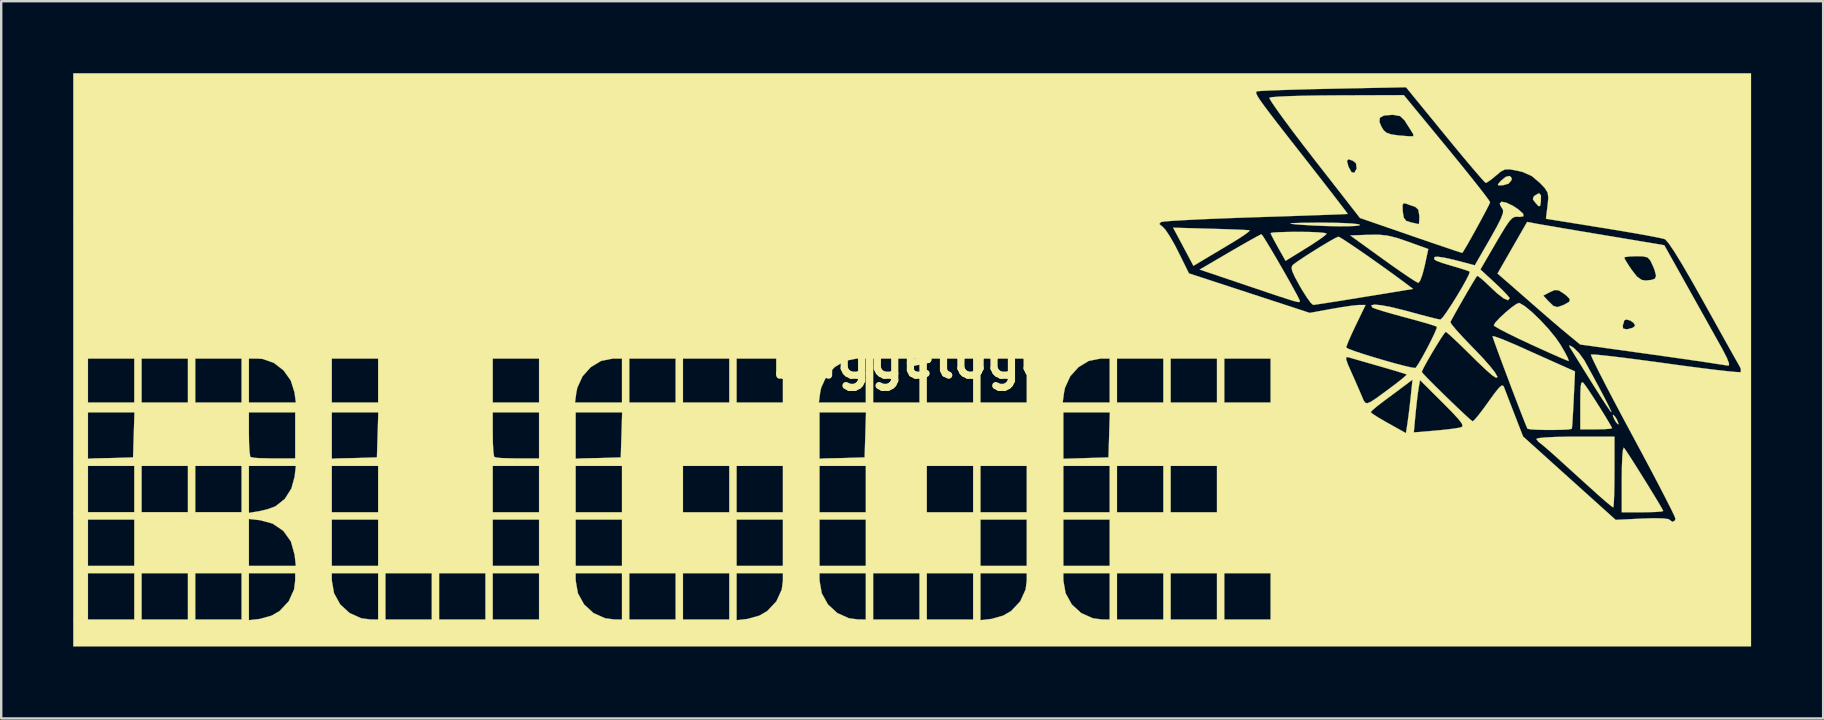
<source format=kicad_pcb>
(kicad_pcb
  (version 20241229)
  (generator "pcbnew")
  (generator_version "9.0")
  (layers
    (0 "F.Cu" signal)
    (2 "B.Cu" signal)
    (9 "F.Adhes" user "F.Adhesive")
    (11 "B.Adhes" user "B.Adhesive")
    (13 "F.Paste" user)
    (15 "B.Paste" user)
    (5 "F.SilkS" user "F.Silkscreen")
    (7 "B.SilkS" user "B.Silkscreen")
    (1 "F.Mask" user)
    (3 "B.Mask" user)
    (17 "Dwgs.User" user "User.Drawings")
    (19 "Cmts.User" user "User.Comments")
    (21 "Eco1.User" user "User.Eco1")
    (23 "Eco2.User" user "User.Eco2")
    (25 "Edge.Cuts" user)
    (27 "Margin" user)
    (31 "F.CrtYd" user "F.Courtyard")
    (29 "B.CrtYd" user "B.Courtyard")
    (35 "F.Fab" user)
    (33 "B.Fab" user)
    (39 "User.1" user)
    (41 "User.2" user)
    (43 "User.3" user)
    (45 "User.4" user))
  (footprint "buggelogo"
    (layer "F.Cu")
    (at 34.955 11.892)
    (property "Reference" "buggelogo" (at 0 0 0) (layer "F.SilkS") (effects (font (size 1.524 1.524) (thickness 0.3))))
    (attr through_hole)
    (fp_poly (pts (xy 29.284 2.415) (xy 29.362 2.54) (xy 29.428 2.697) (xy 29.42 2.743) (xy 29.339 2.665) (xy 29.261 2.54) (xy 29.195 2.383) (xy 29.203 2.337) (xy 29.284 2.415)) (stroke (width 0.01) (type solid)) (fill yes) (layer "F.SilkS"))
    (fp_poly (pts (xy 24.978 -7.525) (xy 24.975 -7.442) (xy 24.849 -7.29) (xy 24.639 -7.23) (xy 24.433 -7.214) (xy 24.406 -7.261) (xy 24.528 -7.408) (xy 24.73 -7.572) (xy 24.896 -7.613) (xy 24.978 -7.525)) (stroke (width 0.01) (type solid)) (fill yes) (layer "F.SilkS"))
    (fp_poly (pts (xy 26.199 -6.797) (xy 26.195 -6.55) (xy 26.163 -6.361) (xy 26.099 -6.354) (xy 25.982 -6.476) (xy 25.863 -6.635) (xy 25.889 -6.742) (xy 25.959 -6.807) (xy 26.123 -6.892) (xy 26.199 -6.797)) (stroke (width 0.01) (type solid)) (fill yes) (layer "F.SilkS"))
    (fp_poly (pts (xy 12.422 -5.412) (xy 12.966 -5.396) (xy 13.439 -5.379) (xy 13.803 -5.364) (xy 14.021 -5.351) (xy 14.064 -5.346) (xy 14.022 -5.288) (xy 13.837 -5.151) (xy 13.538 -4.957) (xy 13.251 -4.782) (xy 12.833 -4.532) (xy 12.447 -4.302) (xy 12.147 -4.123) (xy 12.032 -4.054) (xy 11.72 -3.867) (xy 11.297 -4.661) (xy 10.874 -5.455) (xy 12.422 -5.412)) (stroke (width 0.01) (type solid)) (fill yes) (layer "F.SilkS"))
    (fp_poly (pts (xy 16.563 -5.277) (xy 16.938 -5.26) (xy 17.187 -5.235) (xy 17.271 -5.207) (xy 17.19 -5.125) (xy 16.971 -4.965) (xy 16.653 -4.753) (xy 16.414 -4.603) (xy 15.558 -4.075) (xy 15.247 -4.627) (xy 15.084 -4.923) (xy 14.971 -5.143) (xy 14.935 -5.231) (xy 15.03 -5.251) (xy 15.288 -5.268) (xy 15.669 -5.279) (xy 16.104 -5.283) (xy 16.563 -5.277)) (stroke (width 0.01) (type solid)) (fill yes) (layer "F.SilkS"))
    (fp_poly (pts (xy 19.813 -5.124) (xy 20.199 -5.028) (xy 20.642 -4.878) (xy 21.504 -4.566) (xy 21.352 -3.858) (xy 21.263 -3.512) (xy 21.172 -3.261) (xy 21.096 -3.157) (xy 21.09 -3.156) (xy 20.975 -3.215) (xy 20.725 -3.375) (xy 20.372 -3.614) (xy 19.944 -3.914) (xy 19.618 -4.147) (xy 18.255 -5.131) (xy 19.017 -5.16) (xy 19.448 -5.163) (xy 19.813 -5.124)) (stroke (width 0.01) (type solid)) (fill yes) (layer "F.SilkS"))
    (fp_poly (pts (xy 27.974 1.02) (xy 28.078 1.159) (xy 28.25 1.414) (xy 28.462 1.74) (xy 28.686 2.093) (xy 28.893 2.428) (xy 29.057 2.702) (xy 29.149 2.87) (xy 29.159 2.899) (xy 29.067 2.923) (xy 28.824 2.94) (xy 28.499 2.946) (xy 27.838 2.946) (xy 27.838 1.909) (xy 27.842 1.442) (xy 27.856 1.151) (xy 27.885 1.008) (xy 27.932 0.984) (xy 27.974 1.02)) (stroke (width 0.01) (type solid)) (fill yes) (layer "F.SilkS"))
    (fp_poly (pts (xy 17.425 -5.663) (xy 17.925 -5.65) (xy 18.323 -5.629) (xy 18.58 -5.601) (xy 18.644 -5.585) (xy 18.638 -5.551) (xy 18.463 -5.528) (xy 18.152 -5.516) (xy 17.739 -5.515) (xy 17.257 -5.525) (xy 16.74 -5.545) (xy 16.222 -5.577) (xy 16.002 -5.594) (xy 15.791 -5.617) (xy 15.762 -5.634) (xy 15.919 -5.648) (xy 16.268 -5.658) (xy 16.814 -5.664) (xy 16.866 -5.665) (xy 17.425 -5.663)) (stroke (width 0.01) (type solid)) (fill yes) (layer "F.SilkS"))
    (fp_poly (pts (xy 29.655 3.713) (xy 29.742 3.833) (xy 29.906 4.083) (xy 30.124 4.425) (xy 30.374 4.823) (xy 30.633 5.238) (xy 30.877 5.636) (xy 31.083 5.977) (xy 31.229 6.226) (xy 31.292 6.345) (xy 31.293 6.349) (xy 31.199 6.373) (xy 30.949 6.39) (xy 30.588 6.4) (xy 30.429 6.401) (xy 29.566 6.401) (xy 29.566 5.009) (xy 29.572 4.479) (xy 29.589 4.069) (xy 29.615 3.803) (xy 29.648 3.709) (xy 29.655 3.713)) (stroke (width 0.01) (type solid)) (fill yes) (layer "F.SilkS"))
    (fp_poly (pts (xy 27.519 -0.48) (xy 27.564 -0.447) (xy 27.79 -0.224) (xy 28 0.065) (xy 28.021 0.102) (xy 28.347 0.696) (xy 28.633 1.227) (xy 28.866 1.67) (xy 29.033 2) (xy 29.122 2.194) (xy 29.132 2.235) (xy 29.066 2.154) (xy 28.913 1.929) (xy 28.693 1.592) (xy 28.426 1.171) (xy 28.286 0.948) (xy 27.996 0.484) (xy 27.741 0.073) (xy 27.541 -0.25) (xy 27.417 -0.45) (xy 27.393 -0.489) (xy 27.384 -0.555) (xy 27.519 -0.48)) (stroke (width 0.01) (type solid)) (fill yes) (layer "F.SilkS"))
    (fp_poly (pts (xy 14.617 -5.099) (xy 14.758 -4.875) (xy 14.956 -4.547) (xy 15.189 -4.151) (xy 15.436 -3.723) (xy 15.676 -3.302) (xy 15.887 -2.922) (xy 16.05 -2.622) (xy 16.141 -2.437) (xy 16.154 -2.398) (xy 16.149 -2.369) (xy 16.118 -2.356) (xy 16.036 -2.366) (xy 15.882 -2.406) (xy 15.631 -2.484) (xy 15.261 -2.605) (xy 14.747 -2.777) (xy 14.066 -3.007) (xy 13.991 -3.032) (xy 11.98 -3.711) (xy 13.239 -4.447) (xy 13.691 -4.709) (xy 14.079 -4.929) (xy 14.37 -5.091) (xy 14.532 -5.174) (xy 14.552 -5.182) (xy 14.617 -5.099)) (stroke (width 0.01) (type solid)) (fill yes) (layer "F.SilkS"))
    (fp_poly (pts (xy 25.523 -2.188) (xy 25.831 -1.932) (xy 26.179 -1.597) (xy 26.524 -1.223) (xy 26.826 -0.851) (xy 27.009 -0.584) (xy 27.194 -0.266) (xy 27.317 -0.026) (xy 27.358 0.093) (xy 27.352 0.099) (xy 27.24 0.058) (xy 26.976 -0.054) (xy 26.592 -0.224) (xy 26.12 -0.437) (xy 25.756 -0.603) (xy 25.247 -0.842) (xy 24.811 -1.056) (xy 24.477 -1.23) (xy 24.277 -1.348) (xy 24.232 -1.389) (xy 24.303 -1.509) (xy 24.484 -1.702) (xy 24.724 -1.924) (xy 24.973 -2.131) (xy 25.18 -2.278) (xy 25.294 -2.321) (xy 25.523 -2.188)) (stroke (width 0.01) (type solid)) (fill yes) (layer "F.SilkS"))
    (fp_poly (pts (xy 29.261 4.724) (xy 29.258 5.245) (xy 29.249 5.685) (xy 29.235 6.009) (xy 29.219 6.18) (xy 29.211 6.198) (xy 29.117 6.135) (xy 28.914 5.968) (xy 28.64 5.73) (xy 28.576 5.673) (xy 28.252 5.381) (xy 27.838 5.007) (xy 27.395 4.605) (xy 27.09 4.327) (xy 26.732 4.004) (xy 26.426 3.736) (xy 26.204 3.549) (xy 26.099 3.471) (xy 26.011 3.358) (xy 26.01 3.344) (xy 26.106 3.312) (xy 26.374 3.285) (xy 26.783 3.264) (xy 27.301 3.253) (xy 27.635 3.251) (xy 29.261 3.251) (xy 29.261 4.724)) (stroke (width 0.01) (type solid)) (fill yes) (layer "F.SilkS"))
    (fp_poly (pts (xy 17.868 -5.024) (xy 18.11 -4.869) (xy 18.455 -4.638) (xy 18.872 -4.351) (xy 19.33 -4.029) (xy 19.798 -3.695) (xy 20.247 -3.369) (xy 20.519 -3.168) (xy 20.869 -2.904) (xy 18.842 -2.573) (xy 18.221 -2.472) (xy 17.666 -2.383) (xy 17.209 -2.311) (xy 16.882 -2.262) (xy 16.718 -2.239) (xy 16.708 -2.238) (xy 16.613 -2.32) (xy 16.451 -2.539) (xy 16.25 -2.857) (xy 16.162 -3.007) (xy 15.951 -3.391) (xy 15.837 -3.641) (xy 15.807 -3.795) (xy 15.849 -3.891) (xy 15.863 -3.904) (xy 16.025 -4.027) (xy 16.298 -4.212) (xy 16.636 -4.43) (xy 16.995 -4.653) (xy 17.33 -4.854) (xy 17.595 -5.005) (xy 17.746 -5.077) (xy 17.759 -5.08) (xy 17.868 -5.024)) (stroke (width 0.01) (type solid)) (fill yes) (layer "F.SilkS"))
    (fp_poly (pts (xy 24.267 -0.923) (xy 24.503 -0.84) (xy 24.853 -0.698) (xy 25.282 -0.512) (xy 25.324 -0.493) (xy 25.833 -0.264) (xy 26.337 -0.038) (xy 26.773 0.157) (xy 27.042 0.277) (xy 27.617 0.534) (xy 27.562 1.715) (xy 27.538 2.18) (xy 27.516 2.564) (xy 27.497 2.825) (xy 27.485 2.922) (xy 27.371 2.947) (xy 27.112 2.963) (xy 26.765 2.971) (xy 26.388 2.971) (xy 26.036 2.963) (xy 25.768 2.946) (xy 25.64 2.922) (xy 25.637 2.919) (xy 25.583 2.796) (xy 25.473 2.521) (xy 25.32 2.13) (xy 25.139 1.658) (xy 24.942 1.141) (xy 24.744 0.614) (xy 24.556 0.113) (xy 24.393 -0.328) (xy 24.268 -0.672) (xy 24.195 -0.884) (xy 24.181 -0.934) (xy 24.267 -0.923)) (stroke (width 0.01) (type solid)) (fill yes) (layer "F.SilkS"))
    (fp_poly (pts (xy 22.282 -8.796) (xy 22.75 -8.224) (xy 23.173 -7.701) (xy 23.534 -7.248) (xy 23.816 -6.887) (xy 24.003 -6.636) (xy 24.078 -6.519) (xy 24.079 -6.515) (xy 24.033 -6.408) (xy 23.91 -6.167) (xy 23.735 -5.838) (xy 23.531 -5.464) (xy 23.324 -5.089) (xy 23.136 -4.757) (xy 22.991 -4.512) (xy 22.922 -4.405) (xy 22.827 -4.433) (xy 22.568 -4.517) (xy 22.172 -4.651) (xy 21.666 -4.823) (xy 21.078 -5.024) (xy 20.784 -5.126) (xy 18.657 -5.861) (xy 18.244 -6.391) (xy 20.431 -6.391) (xy 20.439 -6.148) (xy 20.44 -6.135) (xy 20.482 -5.871) (xy 20.585 -5.739) (xy 20.777 -5.677) (xy 20.999 -5.628) (xy 21.107 -5.6) (xy 21.107 -5.6) (xy 21.124 -5.681) (xy 21.133 -5.894) (xy 21.133 -5.932) (xy 21.09 -6.208) (xy 20.955 -6.327) (xy 20.702 -6.411) (xy 20.592 -6.454) (xy 20.475 -6.478) (xy 20.431 -6.391) (xy 18.244 -6.391) (xy 16.805 -8.236) (xy 18.116 -8.236) (xy 18.175 -8.005) (xy 18.181 -7.99) (xy 18.304 -7.771) (xy 18.422 -7.743) (xy 18.516 -7.909) (xy 18.521 -7.926) (xy 18.492 -8.139) (xy 18.372 -8.239) (xy 18.179 -8.31) (xy 18.116 -8.236) (xy 16.805 -8.236) (xy 16.741 -8.318) (xy 16.267 -8.931) (xy 15.84 -9.494) (xy 15.571 -9.856) (xy 19.471 -9.856) (xy 19.548 -9.672) (xy 19.644 -9.514) (xy 19.766 -9.41) (xy 19.959 -9.343) (xy 20.267 -9.299) (xy 20.713 -9.263) (xy 20.877 -9.265) (xy 20.883 -9.343) (xy 20.804 -9.474) (xy 20.628 -9.75) (xy 20.514 -9.931) (xy 20.33 -10.106) (xy 20.034 -10.158) (xy 20.016 -10.158) (xy 19.661 -10.13) (xy 19.485 -10.035) (xy 19.471 -9.856) (xy 15.571 -9.856) (xy 15.473 -9.987) (xy 15.183 -10.39) (xy 14.983 -10.682) (xy 14.888 -10.844) (xy 14.883 -10.868) (xy 14.996 -10.894) (xy 15.288 -10.917) (xy 15.734 -10.937) (xy 16.307 -10.953) (xy 16.984 -10.964) (xy 17.713 -10.969) (xy 20.485 -10.978) (xy 22.282 -8.796)) (stroke (width 0.01) (type solid)) (fill yes) (layer "F.SilkS"))
    (fp_poly (pts (xy 25.994 -5.625) (xy 26.196 -5.589) (xy 26.567 -5.525) (xy 27.072 -5.439) (xy 27.681 -5.336) (xy 28.359 -5.222) (xy 28.851 -5.14) (xy 31.338 -4.724) (xy 32.36 -2.896) (xy 32.699 -2.29) (xy 33.031 -1.697) (xy 33.333 -1.155) (xy 33.584 -0.707) (xy 33.759 -0.393) (xy 33.765 -0.381) (xy 33.945 -0.032) (xy 34.034 0.2) (xy 34.024 0.292) (xy 34.016 0.292) (xy 33.847 0.269) (xy 33.553 0.224) (xy 33.325 0.188) (xy 33.066 0.148) (xy 32.641 0.086) (xy 32.088 0.006) (xy 31.441 -0.086) (xy 30.738 -0.185) (xy 30.3 -0.246) (xy 27.835 -0.588) (xy 27.356 -0.98) (xy 27.074 -1.215) (xy 26.88 -1.38) (xy 29.606 -1.38) (xy 29.622 -1.249) (xy 29.786 -1.221) (xy 30.017 -1.282) (xy 30.123 -1.367) (xy 30.064 -1.485) (xy 29.923 -1.586) (xy 29.761 -1.631) (xy 29.669 -1.597) (xy 29.667 -1.583) (xy 29.636 -1.464) (xy 29.606 -1.38) (xy 26.88 -1.38) (xy 26.697 -1.535) (xy 26.282 -1.894) (xy 26.007 -2.134) (xy 25.613 -2.479) (xy 25.445 -2.625) (xy 26.295 -2.625) (xy 26.525 -2.379) (xy 26.719 -2.195) (xy 26.877 -2.147) (xy 27.095 -2.216) (xy 27.173 -2.252) (xy 27.374 -2.364) (xy 27.406 -2.472) (xy 27.267 -2.62) (xy 27.147 -2.712) (xy 26.936 -2.847) (xy 26.771 -2.858) (xy 26.579 -2.774) (xy 26.295 -2.625) (xy 25.445 -2.625) (xy 25.234 -2.81) (xy 24.921 -3.083) (xy 24.763 -3.22) (xy 24.389 -3.545) (xy 24.77 -4.209) (xy 29.667 -4.209) (xy 29.72 -4.1) (xy 29.856 -3.881) (xy 29.977 -3.701) (xy 30.201 -3.416) (xy 30.396 -3.28) (xy 30.561 -3.253) (xy 30.808 -3.28) (xy 30.948 -3.329) (xy 30.995 -3.451) (xy 30.93 -3.702) (xy 30.876 -3.835) (xy 30.757 -4.091) (xy 30.637 -4.218) (xy 30.445 -4.262) (xy 30.179 -4.267) (xy 29.888 -4.257) (xy 29.703 -4.23) (xy 29.667 -4.209) (xy 24.77 -4.209) (xy 25.623 -5.695) (xy 25.994 -5.625)) (stroke (width 0.01) (type solid)) (fill yes) (layer "F.SilkS"))
    (fp_poly (pts (xy 34.95 11.989) (xy -34.95 11.989) (xy -34.95 8.941) (xy -34.341 8.941) (xy -34.341 10.871) (xy -32.41 10.871) (xy -32.41 8.941) (xy -32.106 8.941) (xy -32.106 10.871) (xy -30.175 10.871) (xy -30.175 8.941) (xy -29.87 8.941) (xy -29.87 10.871) (xy -27.94 10.871) (xy -27.94 8.941) (xy -27.635 8.941) (xy -27.635 10.898) (xy -27.179 10.846) (xy -26.683 10.706) (xy -26.355 10.515) (xy -25.976 10.111) (xy -25.753 9.619) (xy -25.705 9.249) (xy -25.705 8.941) (xy -24.181 8.941) (xy -24.181 9.239) (xy -24.087 9.776) (xy -23.829 10.242) (xy -23.439 10.6) (xy -22.953 10.818) (xy -22.581 10.867) (xy -22.25 10.871) (xy -22.25 8.941) (xy -21.946 8.941) (xy -21.946 10.871) (xy -20.015 10.871) (xy -20.015 8.941) (xy -19.71 8.941) (xy -19.71 10.871) (xy -17.78 10.871) (xy -17.78 8.941) (xy -17.475 8.941) (xy -17.475 10.871) (xy -15.545 10.871) (xy -15.545 8.941) (xy -14.021 8.941) (xy -14.021 9.239) (xy -13.927 9.776) (xy -13.669 10.242) (xy -13.279 10.6) (xy -12.793 10.818) (xy -12.421 10.867) (xy -12.09 10.871) (xy -12.09 8.941) (xy -11.786 8.941) (xy -11.786 10.871) (xy -9.855 10.871) (xy -9.855 8.941) (xy -9.55 8.941) (xy -9.55 10.871) (xy -7.62 10.871) (xy -7.62 8.941) (xy -7.315 8.941) (xy -7.315 10.898) (xy -6.859 10.846) (xy -6.363 10.706) (xy -6.035 10.515) (xy -5.656 10.111) (xy -5.433 9.619) (xy -5.385 9.249) (xy -5.385 8.941) (xy -3.861 8.941) (xy -3.861 9.239) (xy -3.767 9.776) (xy -3.509 10.242) (xy -3.119 10.6) (xy -2.633 10.818) (xy -2.261 10.867) (xy -1.93 10.871) (xy -1.93 8.941) (xy -1.626 8.941) (xy -1.626 10.871) (xy 0.305 10.871) (xy 0.305 8.941) (xy 0.61 8.941) (xy 0.61 10.871) (xy 2.54 10.871) (xy 2.54 8.941) (xy 2.845 8.941) (xy 2.845 10.898) (xy 3.301 10.846) (xy 3.797 10.706) (xy 4.125 10.515) (xy 4.504 10.111) (xy 4.727 9.619) (xy 4.775 9.249) (xy 4.775 8.941) (xy 6.299 8.941) (xy 6.299 9.239) (xy 6.393 9.776) (xy 6.651 10.242) (xy 7.041 10.6) (xy 7.527 10.818) (xy 7.899 10.867) (xy 8.23 10.871) (xy 8.23 8.941) (xy 8.534 8.941) (xy 8.534 10.871) (xy 10.465 10.871) (xy 10.465 8.941) (xy 10.77 8.941) (xy 10.77 10.871) (xy 12.7 10.871) (xy 12.7 8.941) (xy 13.005 8.941) (xy 13.005 10.871) (xy 14.935 10.871) (xy 14.935 8.941) (xy 13.005 8.941) (xy 12.7 8.941) (xy 10.77 8.941) (xy 10.465 8.941) (xy 8.534 8.941) (xy 8.23 8.941) (xy 6.299 8.941) (xy 4.775 8.941) (xy 2.845 8.941) (xy 2.54 8.941) (xy 0.61 8.941) (xy 0.305 8.941) (xy -1.626 8.941) (xy -1.93 8.941) (xy -3.861 8.941) (xy -5.385 8.941) (xy -7.315 8.941) (xy -7.62 8.941) (xy -9.55 8.941) (xy -9.855 8.941) (xy -11.786 8.941) (xy -12.09 8.941) (xy -14.021 8.941) (xy -15.545 8.941) (xy -17.475 8.941) (xy -17.78 8.941) (xy -19.71 8.941) (xy -20.015 8.941) (xy -21.946 8.941) (xy -22.25 8.941) (xy -24.181 8.941) (xy -25.705 8.941) (xy -27.635 8.941) (xy -27.94 8.941) (xy -29.87 8.941) (xy -30.175 8.941) (xy -32.106 8.941) (xy -32.41 8.941) (xy -34.341 8.941) (xy -34.95 8.941) (xy -34.95 6.706) (xy -34.341 6.706) (xy -34.341 8.636) (xy -32.41 8.636) (xy -27.635 8.636) (xy -25.678 8.636) (xy -25.731 8.167) (xy -25.886 7.615) (xy -26.201 7.175) (xy -26.65 6.871) (xy -27.166 6.732) (xy -27.401 6.706) (xy -24.181 6.706) (xy -24.181 8.636) (xy -22.25 8.636) (xy -22.25 6.706) (xy -17.475 6.706) (xy -17.475 8.636) (xy -15.545 8.636) (xy -15.545 6.706) (xy -14.021 6.706) (xy -14.021 8.636) (xy -12.09 8.636) (xy -12.09 6.706) (xy -7.315 6.706) (xy -7.315 8.636) (xy -5.385 8.636) (xy -5.385 6.706) (xy -3.861 6.706) (xy -3.861 8.636) (xy -1.93 8.636) (xy -1.93 6.706) (xy 2.845 6.706) (xy 2.845 8.636) (xy 4.775 8.636) (xy 4.775 6.706) (xy 6.299 6.706) (xy 6.299 8.636) (xy 8.23 8.636) (xy 8.23 6.706) (xy 6.299 6.706) (xy 4.775 6.706) (xy 2.845 6.706) (xy -1.93 6.706) (xy -3.861 6.706) (xy -5.385 6.706) (xy -7.315 6.706) (xy -12.09 6.706) (xy -14.021 6.706) (xy -15.545 6.706) (xy -17.475 6.706) (xy -22.25 6.706) (xy -24.181 6.706) (xy -27.401 6.706) (xy -27.635 6.679) (xy -27.635 8.636) (xy -32.41 8.636) (xy -32.41 6.706) (xy -34.341 6.706) (xy -34.95 6.706) (xy -34.95 4.47) (xy -34.341 4.47) (xy -34.341 6.401) (xy -32.41 6.401) (xy -32.41 4.47) (xy -32.106 4.47) (xy -32.106 6.401) (xy -30.175 6.401) (xy -30.175 4.47) (xy -29.87 4.47) (xy -29.87 6.401) (xy -27.94 6.401) (xy -27.94 4.47) (xy -27.635 4.47) (xy -27.635 6.427) (xy -27.218 6.36) (xy -26.87 6.279) (xy -26.555 6.165) (xy -26.515 6.145) (xy -26.139 5.845) (xy -25.864 5.411) (xy -25.729 4.918) (xy -25.678 4.47) (xy -24.181 4.47) (xy -24.181 6.401) (xy -22.25 6.401) (xy -22.25 4.47) (xy -17.475 4.47) (xy -17.475 6.401) (xy -15.545 6.401) (xy -15.545 4.47) (xy -14.021 4.47) (xy -14.021 6.401) (xy -12.09 6.401) (xy -12.09 4.47) (xy -9.55 4.47) (xy -9.55 6.401) (xy -7.62 6.401) (xy -7.62 4.47) (xy -7.315 4.47) (xy -7.315 6.401) (xy -5.385 6.401) (xy -5.385 4.47) (xy -3.861 4.47) (xy -3.861 6.401) (xy -1.93 6.401) (xy -1.93 4.47) (xy 0.61 4.47) (xy 0.61 6.401) (xy 2.54 6.401) (xy 2.54 4.47) (xy 2.845 4.47) (xy 2.845 6.401) (xy 4.775 6.401) (xy 4.775 4.47) (xy 6.299 4.47) (xy 6.299 6.401) (xy 8.23 6.401) (xy 8.23 4.47) (xy 8.534 4.47) (xy 8.534 6.401) (xy 10.465 6.401) (xy 10.465 4.47) (xy 10.77 4.47) (xy 10.77 6.401) (xy 12.7 6.401) (xy 12.7 4.47) (xy 10.77 4.47) (xy 10.465 4.47) (xy 8.534 4.47) (xy 8.23 4.47) (xy 6.299 4.47) (xy 4.775 4.47) (xy 2.845 4.47) (xy 2.54 4.47) (xy 0.61 4.47) (xy -1.93 4.47) (xy -3.861 4.47) (xy -5.385 4.47) (xy -7.315 4.47) (xy -7.62 4.47) (xy -9.55 4.47) (xy -12.09 4.47) (xy -14.021 4.47) (xy -15.545 4.47) (xy -17.475 4.47) (xy -22.25 4.47) (xy -24.181 4.47) (xy -25.678 4.47) (xy -27.635 4.47) (xy -27.94 4.47) (xy -29.87 4.47) (xy -30.175 4.47) (xy -32.106 4.47) (xy -32.41 4.47) (xy -34.341 4.47) (xy -34.95 4.47) (xy -34.95 2.235) (xy -34.341 2.235) (xy -34.341 4.173) (xy -33.401 4.144) (xy -32.461 4.115) (xy -32.432 3.175) (xy -32.403 2.235) (xy -27.635 2.235) (xy -27.635 3.133) (xy -27.628 3.542) (xy -27.609 3.87) (xy -27.581 4.066) (xy -27.567 4.098) (xy -27.442 4.128) (xy -27.163 4.151) (xy -26.782 4.164) (xy -26.602 4.166) (xy -25.705 4.166) (xy -25.705 2.235) (xy -24.181 2.235) (xy -24.181 4.173) (xy -23.241 4.144) (xy -22.301 4.115) (xy -22.272 3.175) (xy -22.243 2.235) (xy -17.475 2.235) (xy -17.475 3.133) (xy -17.468 3.542) (xy -17.449 3.87) (xy -17.421 4.066) (xy -17.407 4.098) (xy -17.282 4.128) (xy -17.003 4.151) (xy -16.622 4.164) (xy -16.442 4.166) (xy -15.545 4.166) (xy -15.545 2.235) (xy -14.021 2.235) (xy -14.021 4.173) (xy -13.081 4.144) (xy -12.141 4.115) (xy -12.112 3.175) (xy -12.083 2.235) (xy -3.861 2.235) (xy -3.861 4.173) (xy -2.921 4.144) (xy -1.981 4.115) (xy -1.952 3.175) (xy -1.923 2.235) (xy 6.299 2.235) (xy 6.299 4.173) (xy 7.239 4.144) (xy 8.179 4.115) (xy 8.208 3.175) (xy 8.237 2.235) (xy 6.299 2.235) (xy -1.923 2.235) (xy -3.861 2.235) (xy -12.083 2.235) (xy -14.021 2.235) (xy -15.545 2.235) (xy -17.475 2.235) (xy -22.243 2.235) (xy -24.181 2.235) (xy -25.705 2.235) (xy -27.635 2.235) (xy -32.403 2.235) (xy -34.341 2.235) (xy -34.95 2.235) (xy -34.95 2.231) (xy 19.103 2.231) (xy 19.186 2.302) (xy 19.406 2.444) (xy 19.721 2.629) (xy 19.839 2.695) (xy 20.574 3.104) (xy 20.579 3.074) (xy 20.901 3.074) (xy 21.799 3) (xy 22.226 2.958) (xy 22.59 2.913) (xy 22.832 2.871) (xy 22.88 2.857) (xy 22.933 2.807) (xy 22.904 2.707) (xy 22.777 2.536) (xy 22.535 2.272) (xy 22.163 1.893) (xy 22.111 1.842) (xy 21.159 0.894) (xy 21.1 1.234) (xy 21.06 1.509) (xy 21.014 1.901) (xy 20.97 2.325) (xy 20.901 3.074) (xy 20.579 3.074) (xy 20.637 2.695) (xy 20.681 2.375) (xy 20.733 1.952) (xy 20.774 1.58) (xy 20.848 0.875) (xy 20.508 1.131) (xy 20.237 1.334) (xy 19.89 1.592) (xy 19.634 1.782) (xy 19.362 1.991) (xy 19.171 2.154) (xy 19.103 2.231) (xy -34.95 2.231) (xy -34.95 0) (xy -34.341 0) (xy -34.341 1.829) (xy -32.41 1.829) (xy -32.41 0) (xy -32.106 0) (xy -32.106 1.829) (xy -30.175 1.829) (xy -30.175 0) (xy -29.87 0) (xy -29.87 1.829) (xy -27.94 1.829) (xy -27.94 0) (xy -27.635 0) (xy -27.635 1.829) (xy -25.678 1.829) (xy -25.735 1.406) (xy -25.89 0.911) (xy -26.191 0.489) (xy -26.594 0.177) (xy -27.059 0.014) (xy -27.244 0) (xy -24.181 0) (xy -24.181 1.829) (xy -22.25 1.829) (xy -22.25 0) (xy -17.475 0) (xy -17.475 1.829) (xy -15.545 1.829) (xy -14.048 1.829) (xy -12.09 1.829) (xy -12.09 0) (xy -11.786 0) (xy -11.786 1.829) (xy -9.855 1.829) (xy -9.855 0) (xy -9.55 0) (xy -9.55 1.829) (xy -7.62 1.829) (xy -7.62 0) (xy -7.315 0) (xy -7.315 1.829) (xy -5.385 1.829) (xy -3.888 1.829) (xy -1.93 1.829) (xy -1.93 0) (xy -1.626 0) (xy -1.626 1.829) (xy 0.305 1.829) (xy 0.305 0) (xy 0.61 0) (xy 0.61 1.829) (xy 2.54 1.829) (xy 2.54 0) (xy 2.845 0) (xy 2.845 1.829) (xy 4.775 1.829) (xy 6.272 1.829) (xy 8.23 1.829) (xy 8.23 0) (xy 8.534 0) (xy 8.534 1.829) (xy 10.465 1.829) (xy 10.465 0) (xy 10.77 0) (xy 10.77 1.829) (xy 12.7 1.829) (xy 12.7 0) (xy 13.005 0) (xy 13.005 1.829) (xy 14.935 1.829) (xy 14.935 0.028) (xy 18.08 0.028) (xy 18.154 0.239) (xy 18.281 0.528) (xy 18.458 0.925) (xy 18.626 1.31) (xy 18.732 1.557) (xy 18.804 1.731) (xy 18.871 1.835) (xy 18.964 1.86) (xy 19.114 1.797) (xy 19.355 1.638) (xy 19.717 1.373) (xy 19.896 1.241) (xy 20.218 0.997) (xy 20.462 0.802) (xy 20.594 0.683) (xy 20.607 0.661) (xy 20.502 0.623) (xy 20.242 0.542) (xy 19.866 0.43) (xy 19.456 0.311) (xy 18.993 0.179) (xy 18.591 0.063) (xy 18.296 -0.022) (xy 18.165 -0.06) (xy 18.085 -0.061) (xy 18.08 0.028) (xy 14.935 0.028) (xy 14.935 0) (xy 13.005 0) (xy 12.7 0) (xy 10.77 0) (xy 10.465 0) (xy 8.534 0) (xy 8.23 0) (xy 7.838 0) (xy 7.361 0.095) (xy 6.929 0.355) (xy 6.585 0.739) (xy 6.369 1.211) (xy 6.329 1.406) (xy 6.272 1.829) (xy 4.775 1.829) (xy 4.775 0) (xy 2.845 0) (xy 2.54 0) (xy 0.61 0) (xy 0.305 0) (xy -1.626 0) (xy -1.93 0) (xy -2.322 0) (xy -2.799 0.095) (xy -3.231 0.355) (xy -3.575 0.739) (xy -3.791 1.211) (xy -3.831 1.406) (xy -3.888 1.829) (xy -5.385 1.829) (xy -5.385 0) (xy -7.315 0) (xy -7.62 0) (xy -9.55 0) (xy -9.855 0) (xy -11.786 0) (xy -12.09 0) (xy -12.482 0) (xy -12.959 0.095) (xy -13.391 0.355) (xy -13.735 0.739) (xy -13.951 1.211) (xy -13.991 1.406) (xy -14.048 1.829) (xy -15.545 1.829) (xy -15.545 0) (xy -17.475 0) (xy -22.25 0) (xy -24.181 0) (xy -27.244 0) (xy -27.635 0) (xy -27.94 0) (xy -29.87 0) (xy -30.175 0) (xy -32.106 0) (xy -32.41 0) (xy -34.341 0) (xy -34.95 0) (xy -34.95 -5.613) (xy 10.294 -5.613) (xy 10.393 -5.524) (xy 10.423 -5.507) (xy 10.549 -5.374) (xy 10.731 -5.102) (xy 10.941 -4.736) (xy 11.074 -4.477) (xy 11.532 -3.552) (xy 14.048 -2.729) (xy 16.565 -1.905) (xy 17.466 -2.07) (xy 17.903 -2.145) (xy 18.291 -2.202) (xy 18.567 -2.232) (xy 18.629 -2.235) (xy 18.89 -2.235) (xy 18.488 -1.402) (xy 18.309 -1.023) (xy 18.171 -0.708) (xy 18.095 -0.505) (xy 18.085 -0.463) (xy 18.177 -0.409) (xy 18.423 -0.316) (xy 18.782 -0.196) (xy 19.212 -0.063) (xy 19.672 0.073) (xy 20.118 0.199) (xy 20.511 0.302) (xy 20.807 0.37) (xy 20.964 0.39) (xy 20.978 0.386) (xy 21.1 0.206) (xy 21.263 -0.075) (xy 21.445 -0.41) (xy 21.62 -0.751) (xy 21.764 -1.049) (xy 21.852 -1.258) (xy 21.865 -1.329) (xy 21.744 -1.376) (xy 21.467 -1.463) (xy 21.071 -1.576) (xy 20.597 -1.705) (xy 20.523 -1.724) (xy 20.04 -1.856) (xy 19.628 -1.975) (xy 19.327 -2.07) (xy 19.177 -2.129) (xy 19.17 -2.134) (xy 19.131 -2.222) (xy 19.268 -2.251) (xy 19.562 -2.222) (xy 19.994 -2.138) (xy 20.547 -2.001) (xy 20.676 -1.966) (xy 21.152 -1.836) (xy 21.56 -1.73) (xy 21.86 -1.656) (xy 22.008 -1.627) (xy 22.011 -1.627) (xy 22.098 -1.707) (xy 22.255 -1.92) (xy 22.457 -2.224) (xy 22.678 -2.576) (xy 22.892 -2.934) (xy 23.073 -3.256) (xy 23.195 -3.499) (xy 23.233 -3.621) (xy 23.231 -3.625) (xy 23.121 -3.671) (xy 22.868 -3.753) (xy 22.527 -3.854) (xy 22.504 -3.861) (xy 22.095 -3.983) (xy 21.854 -4.071) (xy 21.751 -4.141) (xy 21.756 -4.209) (xy 21.779 -4.236) (xy 21.904 -4.245) (xy 22.172 -4.206) (xy 22.533 -4.126) (xy 22.646 -4.097) (xy 23.443 -3.888) (xy 24.081 -4.997) (xy 24.359 -5.494) (xy 24.534 -5.844) (xy 24.618 -6.071) (xy 24.619 -6.199) (xy 24.602 -6.223) (xy 24.497 -6.402) (xy 24.486 -6.469) (xy 24.56 -6.537) (xy 24.756 -6.498) (xy 25.027 -6.369) (xy 25.25 -6.223) (xy 25.453 -6.042) (xy 25.473 -5.933) (xy 25.311 -5.904) (xy 25.237 -5.911) (xy 25.118 -5.91) (xy 25.006 -5.855) (xy 24.878 -5.72) (xy 24.711 -5.476) (xy 24.481 -5.097) (xy 24.324 -4.829) (xy 23.676 -3.715) (xy 24.285 -3.153) (xy 24.567 -2.884) (xy 24.779 -2.664) (xy 24.887 -2.532) (xy 24.893 -2.515) (xy 24.83 -2.433) (xy 24.652 -2.505) (xy 24.371 -2.722) (xy 24.11 -2.966) (xy 23.849 -3.214) (xy 23.647 -3.386) (xy 23.543 -3.45) (xy 23.538 -3.448) (xy 23.46 -3.33) (xy 23.311 -3.084) (xy 23.119 -2.758) (xy 22.91 -2.396) (xy 22.71 -2.045) (xy 22.546 -1.752) (xy 22.445 -1.562) (xy 22.426 -1.519) (xy 22.485 -1.417) (xy 22.664 -1.201) (xy 22.937 -0.9) (xy 23.278 -0.543) (xy 23.393 -0.426) (xy 23.767 -0.036) (xy 24.073 0.31) (xy 24.286 0.582) (xy 24.381 0.749) (xy 24.384 0.767) (xy 24.333 0.799) (xy 24.174 0.699) (xy 23.9 0.462) (xy 23.502 0.082) (xy 23.341 -0.078) (xy 22.966 -0.447) (xy 22.642 -0.758) (xy 22.396 -0.986) (xy 22.254 -1.106) (xy 22.232 -1.118) (xy 22.161 -1.037) (xy 22.019 -0.825) (xy 21.835 -0.53) (xy 21.636 -0.2) (xy 21.452 0.12) (xy 21.31 0.381) (xy 21.238 0.537) (xy 21.234 0.555) (xy 21.303 0.641) (xy 21.488 0.834) (xy 21.757 1.105) (xy 22.078 1.422) (xy 22.42 1.755) (xy 22.75 2.071) (xy 23.036 2.34) (xy 23.247 2.531) (xy 23.351 2.614) (xy 23.352 2.614) (xy 23.435 2.547) (xy 23.604 2.346) (xy 23.832 2.046) (xy 24 1.812) (xy 24.271 1.437) (xy 24.453 1.213) (xy 24.566 1.12) (xy 24.633 1.137) (xy 24.655 1.179) (xy 24.722 1.354) (xy 24.842 1.666) (xy 24.996 2.064) (xy 25.09 2.308) (xy 25.453 3.245) (xy 27.382 4.982) (xy 29.312 6.719) (xy 30.4 6.665) (xy 30.899 6.65) (xy 31.277 6.657) (xy 31.502 6.685) (xy 31.549 6.709) (xy 31.678 6.804) (xy 31.784 6.743) (xy 31.801 6.663) (xy 31.754 6.543) (xy 31.621 6.266) (xy 31.411 5.852) (xy 31.137 5.321) (xy 30.809 4.695) (xy 30.436 3.995) (xy 30.031 3.241) (xy 30.011 3.203) (xy 29.607 2.451) (xy 29.239 1.756) (xy 28.915 1.137) (xy 28.647 0.615) (xy 28.445 0.21) (xy 28.319 -0.058) (xy 28.28 -0.17) (xy 28.28 -0.171) (xy 28.392 -0.172) (xy 28.68 -0.147) (xy 29.118 -0.099) (xy 29.683 -0.031) (xy 30.349 0.055) (xy 31.091 0.154) (xy 31.4 0.197) (xy 32.165 0.302) (xy 32.865 0.393) (xy 33.473 0.468) (xy 33.965 0.524) (xy 34.317 0.557) (xy 34.502 0.566) (xy 34.524 0.562) (xy 34.53 0.436) (xy 34.48 0.326) (xy 34.405 0.194) (xy 34.244 -0.09) (xy 34.012 -0.504) (xy 33.723 -1.022) (xy 33.39 -1.62) (xy 33.026 -2.273) (xy 32.972 -2.37) (xy 32.488 -3.23) (xy 32.085 -3.923) (xy 31.764 -4.446) (xy 31.529 -4.794) (xy 31.38 -4.965) (xy 31.356 -4.979) (xy 31.197 -5.02) (xy 30.868 -5.086) (xy 30.401 -5.172) (xy 29.827 -5.272) (xy 29.177 -5.381) (xy 28.773 -5.447) (xy 26.406 -5.828) (xy 26.474 -6.376) (xy 26.506 -6.701) (xy 26.479 -6.913) (xy 26.364 -7.099) (xy 26.158 -7.32) (xy 25.814 -7.609) (xy 25.434 -7.777) (xy 25.227 -7.827) (xy 24.907 -7.886) (xy 24.703 -7.883) (xy 24.532 -7.799) (xy 24.327 -7.628) (xy 24.101 -7.444) (xy 23.937 -7.335) (xy 23.898 -7.322) (xy 23.816 -7.399) (xy 23.625 -7.614) (xy 23.342 -7.943) (xy 22.985 -8.368) (xy 22.572 -8.865) (xy 22.201 -9.318) (xy 20.576 -11.307) (xy 17.489 -11.246) (xy 16.717 -11.229) (xy 16.013 -11.21) (xy 15.401 -11.191) (xy 14.907 -11.172) (xy 14.555 -11.155) (xy 14.372 -11.139) (xy 14.351 -11.134) (xy 14.331 -11.097) (xy 14.341 -11.035) (xy 14.391 -10.932) (xy 14.494 -10.771) (xy 14.663 -10.536) (xy 14.908 -10.209) (xy 15.242 -9.775) (xy 15.676 -9.216) (xy 16.224 -8.517) (xy 16.29 -8.433) (xy 16.759 -7.833) (xy 17.184 -7.287) (xy 17.551 -6.815) (xy 17.842 -6.436) (xy 18.044 -6.172) (xy 18.141 -6.04) (xy 18.148 -6.029) (xy 18.047 -6.022) (xy 17.766 -6.01) (xy 17.326 -5.993) (xy 16.749 -5.973) (xy 16.059 -5.949) (xy 15.277 -5.923) (xy 14.426 -5.896) (xy 14.326 -5.893) (xy 13.461 -5.863) (xy 12.658 -5.832) (xy 11.939 -5.801) (xy 11.329 -5.77) (xy 10.849 -5.741) (xy 10.524 -5.716) (xy 10.376 -5.694) (xy 10.372 -5.692) (xy 10.294 -5.613) (xy -34.95 -5.613) (xy -34.95 -11.887) (xy 34.95 -11.887) (xy 34.95 11.989)) (stroke (width 0.01) (type solid)) (fill yes) (layer "F.SilkS")))
  (gr_rect
    (start -3 -3)
    (end 72.911 26.886)
    (stroke (width 0.1) (type default))
    (fill no)
    (layer "Edge.Cuts")))
</source>
